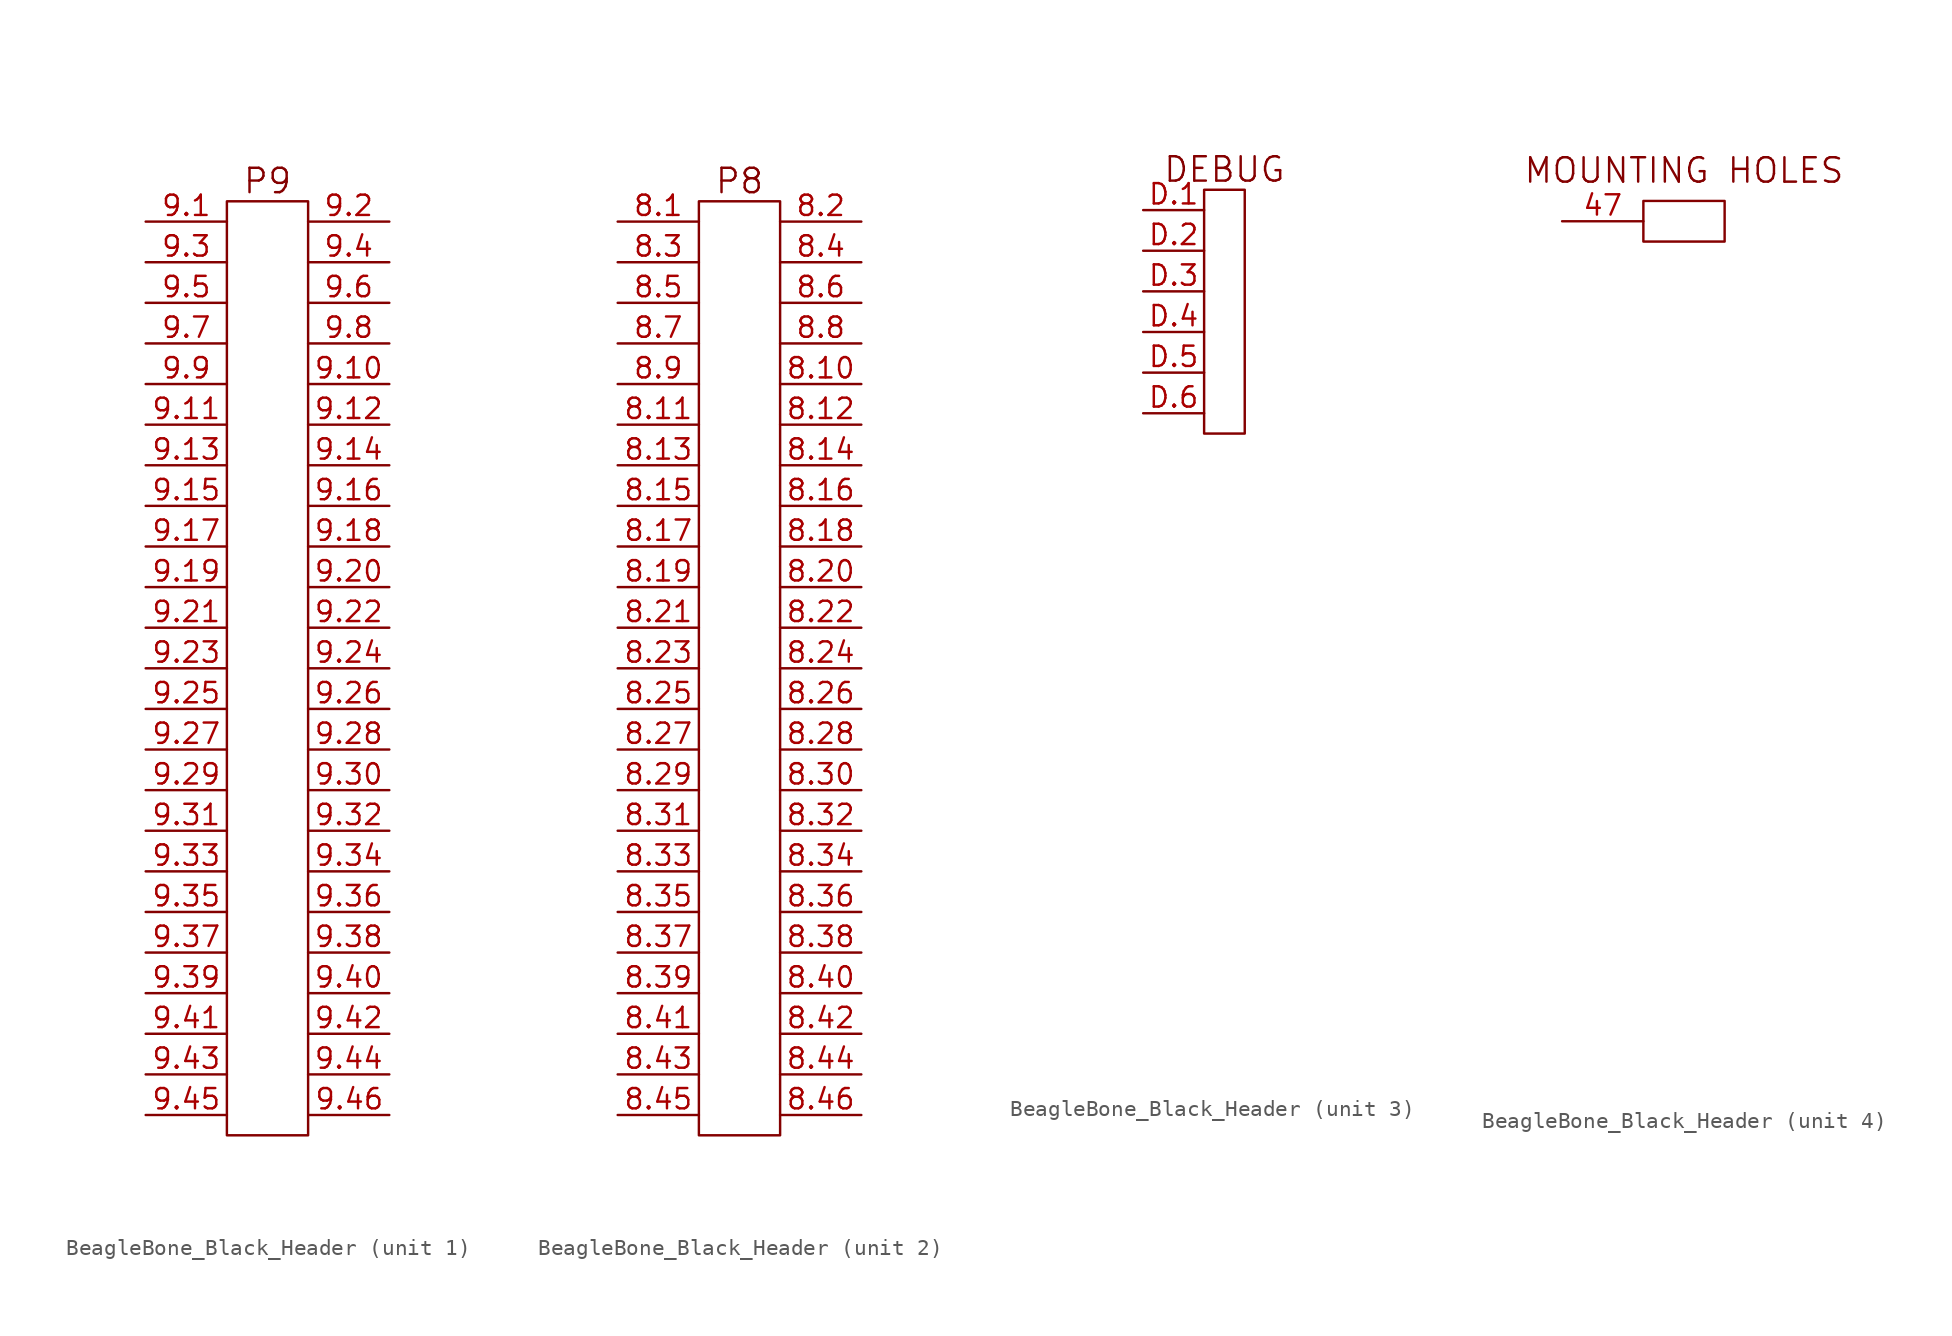
<source format=kicad_sym>
(kicad_symbol_lib
  (version 20211014)
  (generator kicad_symbol_editor)
  (symbol "BeagleBone_Black_Header"
    (pin_names
      (offset 0.025) hide)
    (property "Reference" "P"
      (at 0 30.48 0)
      (effects (font (size 1.27 1.27)) hide))
    (property "Footprint" ""
      (at 0 -21.59 0)
      (effects (font (size 1.524 1.524))))
    (property "Datasheet" ""
      (at 0 -21.59 0)
      (effects (font (size 1.524 1.524))))
    (property "ki_locked" ""
      (at 0 0 0)
      (effects (font (size 1.27 1.27))))
    (symbol "BeagleBone_Black_Header_1_1"
      (rectangle (start -2.54 29.21) (end 2.54 -29.21) (stroke (width 0) (type default) (color 0 0 0 0)) (fill (type none)))
      (text "P9" (at 0 30.48 0) (effects (font (size 1.524 1.524))))
      (pin passive line (at -7.62 27.94 0) (length 5.08) (name "P1" (effects (font (size 1.27 1.27)))) (number "9.1" (effects (font (size 1.27 1.27)))))
      (pin passive line (at 7.62 17.78 180) (length 5.08) (name "P10" (effects (font (size 1.27 1.27)))) (number "9.10" (effects (font (size 1.27 1.27)))))
      (pin passive line (at -7.62 15.24 0) (length 5.08) (name "P11" (effects (font (size 1.27 1.27)))) (number "9.11" (effects (font (size 1.27 1.27)))))
      (pin passive line (at 7.62 15.24 180) (length 5.08) (name "P12" (effects (font (size 1.27 1.27)))) (number "9.12" (effects (font (size 1.27 1.27)))))
      (pin passive line (at -7.62 12.7 0) (length 5.08) (name "P13" (effects (font (size 1.27 1.27)))) (number "9.13" (effects (font (size 1.27 1.27)))))
      (pin passive line (at 7.62 12.7 180) (length 5.08) (name "P14" (effects (font (size 1.27 1.27)))) (number "9.14" (effects (font (size 1.27 1.27)))))
      (pin passive line (at -7.62 10.16 0) (length 5.08) (name "P15" (effects (font (size 1.27 1.27)))) (number "9.15" (effects (font (size 1.27 1.27)))))
      (pin passive line (at 7.62 10.16 180) (length 5.08) (name "P16" (effects (font (size 1.27 1.27)))) (number "9.16" (effects (font (size 1.27 1.27)))))
      (pin passive line (at -7.62 7.62 0) (length 5.08) (name "P17" (effects (font (size 1.27 1.27)))) (number "9.17" (effects (font (size 1.27 1.27)))))
      (pin passive line (at 7.62 7.62 180) (length 5.08) (name "P18" (effects (font (size 1.27 1.27)))) (number "9.18" (effects (font (size 1.27 1.27)))))
      (pin passive line (at -7.62 5.08 0) (length 5.08) (name "P19" (effects (font (size 1.27 1.27)))) (number "9.19" (effects (font (size 1.27 1.27)))))
      (pin passive line (at 7.62 27.94 180) (length 5.08) (name "P2" (effects (font (size 1.27 1.27)))) (number "9.2" (effects (font (size 1.27 1.27)))))
      (pin passive line (at 7.62 5.08 180) (length 5.08) (name "P20" (effects (font (size 1.27 1.27)))) (number "9.20" (effects (font (size 1.27 1.27)))))
      (pin passive line (at -7.62 2.54 0) (length 5.08) (name "P21" (effects (font (size 1.27 1.27)))) (number "9.21" (effects (font (size 1.27 1.27)))))
      (pin passive line (at 7.62 2.54 180) (length 5.08) (name "P22" (effects (font (size 1.27 1.27)))) (number "9.22" (effects (font (size 1.27 1.27)))))
      (pin passive line (at -7.62 0 0) (length 5.08) (name "P23" (effects (font (size 1.27 1.27)))) (number "9.23" (effects (font (size 1.27 1.27)))))
      (pin passive line (at 7.62 0 180) (length 5.08) (name "P24" (effects (font (size 1.27 1.27)))) (number "9.24" (effects (font (size 1.27 1.27)))))
      (pin passive line (at -7.62 -2.54 0) (length 5.08) (name "P25" (effects (font (size 1.27 1.27)))) (number "9.25" (effects (font (size 1.27 1.27)))))
      (pin passive line (at 7.62 -2.54 180) (length 5.08) (name "P26" (effects (font (size 1.27 1.27)))) (number "9.26" (effects (font (size 1.27 1.27)))))
      (pin passive line (at -7.62 -5.08 0) (length 5.08) (name "P27" (effects (font (size 1.27 1.27)))) (number "9.27" (effects (font (size 1.27 1.27)))))
      (pin passive line (at 7.62 -5.08 180) (length 5.08) (name "P28" (effects (font (size 1.27 1.27)))) (number "9.28" (effects (font (size 1.27 1.27)))))
      (pin passive line (at -7.62 -7.62 0) (length 5.08) (name "P29" (effects (font (size 1.27 1.27)))) (number "9.29" (effects (font (size 1.27 1.27)))))
      (pin passive line (at -7.62 25.4 0) (length 5.08) (name "P3" (effects (font (size 1.27 1.27)))) (number "9.3" (effects (font (size 1.27 1.27)))))
      (pin passive line (at 7.62 -7.62 180) (length 5.08) (name "P30" (effects (font (size 1.27 1.27)))) (number "9.30" (effects (font (size 1.27 1.27)))))
      (pin passive line (at -7.62 -10.16 0) (length 5.08) (name "P31" (effects (font (size 1.27 1.27)))) (number "9.31" (effects (font (size 1.27 1.27)))))
      (pin passive line (at 7.62 -10.16 180) (length 5.08) (name "P32" (effects (font (size 1.27 1.27)))) (number "9.32" (effects (font (size 1.27 1.27)))))
      (pin passive line (at -7.62 -12.7 0) (length 5.08) (name "P33" (effects (font (size 1.27 1.27)))) (number "9.33" (effects (font (size 1.27 1.27)))))
      (pin passive line (at 7.62 -12.7 180) (length 5.08) (name "P34" (effects (font (size 1.27 1.27)))) (number "9.34" (effects (font (size 1.27 1.27)))))
      (pin passive line (at -7.62 -15.24 0) (length 5.08) (name "P35" (effects (font (size 1.27 1.27)))) (number "9.35" (effects (font (size 1.27 1.27)))))
      (pin passive line (at 7.62 -15.24 180) (length 5.08) (name "P36" (effects (font (size 1.27 1.27)))) (number "9.36" (effects (font (size 1.27 1.27)))))
      (pin passive line (at -7.62 -17.78 0) (length 5.08) (name "P37" (effects (font (size 1.27 1.27)))) (number "9.37" (effects (font (size 1.27 1.27)))))
      (pin passive line (at 7.62 -17.78 180) (length 5.08) (name "P38" (effects (font (size 1.27 1.27)))) (number "9.38" (effects (font (size 1.27 1.27)))))
      (pin passive line (at -7.62 -20.32 0) (length 5.08) (name "P39" (effects (font (size 1.27 1.27)))) (number "9.39" (effects (font (size 1.27 1.27)))))
      (pin passive line (at 7.62 25.4 180) (length 5.08) (name "P4" (effects (font (size 1.27 1.27)))) (number "9.4" (effects (font (size 1.27 1.27)))))
      (pin passive line (at 7.62 -20.32 180) (length 5.08) (name "P40" (effects (font (size 1.27 1.27)))) (number "9.40" (effects (font (size 1.27 1.27)))))
      (pin passive line (at -7.62 -22.86 0) (length 5.08) (name "P41" (effects (font (size 1.27 1.27)))) (number "9.41" (effects (font (size 1.27 1.27)))))
      (pin passive line (at 7.62 -22.86 180) (length 5.08) (name "P42" (effects (font (size 1.27 1.27)))) (number "9.42" (effects (font (size 1.27 1.27)))))
      (pin passive line (at -7.62 -25.4 0) (length 5.08) (name "P43" (effects (font (size 1.27 1.27)))) (number "9.43" (effects (font (size 1.27 1.27)))))
      (pin passive line (at 7.62 -25.4 180) (length 5.08) (name "P44" (effects (font (size 1.27 1.27)))) (number "9.44" (effects (font (size 1.27 1.27)))))
      (pin passive line (at -7.62 -27.94 0) (length 5.08) (name "P45" (effects (font (size 1.27 1.27)))) (number "9.45" (effects (font (size 1.27 1.27)))))
      (pin passive line (at 7.62 -27.94 180) (length 5.004) (name "P46" (effects (font (size 1.27 1.27)))) (number "9.46" (effects (font (size 1.27 1.27)))))
      (pin passive line (at -7.62 22.86 0) (length 5.08) (name "P5" (effects (font (size 1.27 1.27)))) (number "9.5" (effects (font (size 1.27 1.27)))))
      (pin passive line (at 7.62 22.86 180) (length 5.08) (name "P6" (effects (font (size 1.27 1.27)))) (number "9.6" (effects (font (size 1.27 1.27)))))
      (pin passive line (at -7.62 20.32 0) (length 5.08) (name "P7" (effects (font (size 1.27 1.27)))) (number "9.7" (effects (font (size 1.27 1.27)))))
      (pin passive line (at 7.62 20.32 180) (length 5.08) (name "P8" (effects (font (size 1.27 1.27)))) (number "9.8" (effects (font (size 1.27 1.27)))))
      (pin passive line (at -7.62 17.78 0) (length 5.08) (name "P9" (effects (font (size 1.27 1.27)))) (number "9.9" (effects (font (size 1.27 1.27))))))
    (symbol "BeagleBone_Black_Header_2_1"
      (rectangle (start -2.54 29.21) (end 2.54 -29.21) (stroke (width 0) (type default) (color 0 0 0 0)) (fill (type none)))
      (text "P8" (at 0 30.48 0) (effects (font (size 1.524 1.524))))
      (pin passive line (at -7.62 27.94 0) (length 5.08) (name "P1" (effects (font (size 1.27 1.27)))) (number "8.1" (effects (font (size 1.27 1.27)))))
      (pin passive line (at 7.62 17.78 180) (length 5.08) (name "P10" (effects (font (size 1.27 1.27)))) (number "8.10" (effects (font (size 1.27 1.27)))))
      (pin passive line (at -7.62 15.24 0) (length 5.08) (name "P11" (effects (font (size 1.27 1.27)))) (number "8.11" (effects (font (size 1.27 1.27)))))
      (pin passive line (at 7.62 15.24 180) (length 5.08) (name "P12" (effects (font (size 1.27 1.27)))) (number "8.12" (effects (font (size 1.27 1.27)))))
      (pin passive line (at -7.62 12.7 0) (length 5.08) (name "P13" (effects (font (size 1.27 1.27)))) (number "8.13" (effects (font (size 1.27 1.27)))))
      (pin passive line (at 7.62 12.7 180) (length 5.08) (name "P14" (effects (font (size 1.27 1.27)))) (number "8.14" (effects (font (size 1.27 1.27)))))
      (pin passive line (at -7.62 10.16 0) (length 5.08) (name "P15" (effects (font (size 1.27 1.27)))) (number "8.15" (effects (font (size 1.27 1.27)))))
      (pin passive line (at 7.62 10.16 180) (length 5.08) (name "P16" (effects (font (size 1.27 1.27)))) (number "8.16" (effects (font (size 1.27 1.27)))))
      (pin passive line (at -7.62 7.62 0) (length 5.08) (name "P17" (effects (font (size 1.27 1.27)))) (number "8.17" (effects (font (size 1.27 1.27)))))
      (pin passive line (at 7.62 7.62 180) (length 5.08) (name "P18" (effects (font (size 1.27 1.27)))) (number "8.18" (effects (font (size 1.27 1.27)))))
      (pin passive line (at -7.62 5.08 0) (length 5.08) (name "P19" (effects (font (size 1.27 1.27)))) (number "8.19" (effects (font (size 1.27 1.27)))))
      (pin passive line (at 7.62 27.94 180) (length 5.08) (name "P2" (effects (font (size 1.27 1.27)))) (number "8.2" (effects (font (size 1.27 1.27)))))
      (pin passive line (at 7.62 5.08 180) (length 5.08) (name "P20" (effects (font (size 1.27 1.27)))) (number "8.20" (effects (font (size 1.27 1.27)))))
      (pin passive line (at -7.62 2.54 0) (length 5.08) (name "P21" (effects (font (size 1.27 1.27)))) (number "8.21" (effects (font (size 1.27 1.27)))))
      (pin passive line (at 7.62 2.54 180) (length 5.08) (name "P22" (effects (font (size 1.27 1.27)))) (number "8.22" (effects (font (size 1.27 1.27)))))
      (pin passive line (at -7.62 0 0) (length 5.08) (name "P23" (effects (font (size 1.27 1.27)))) (number "8.23" (effects (font (size 1.27 1.27)))))
      (pin passive line (at 7.62 0 180) (length 5.08) (name "P24" (effects (font (size 1.27 1.27)))) (number "8.24" (effects (font (size 1.27 1.27)))))
      (pin passive line (at -7.62 -2.54 0) (length 5.08) (name "P25" (effects (font (size 1.27 1.27)))) (number "8.25" (effects (font (size 1.27 1.27)))))
      (pin passive line (at 7.62 -2.54 180) (length 5.08) (name "P26" (effects (font (size 1.27 1.27)))) (number "8.26" (effects (font (size 1.27 1.27)))))
      (pin passive line (at -7.62 -5.08 0) (length 5.08) (name "P27" (effects (font (size 1.27 1.27)))) (number "8.27" (effects (font (size 1.27 1.27)))))
      (pin passive line (at 7.62 -5.08 180) (length 5.08) (name "P28" (effects (font (size 1.27 1.27)))) (number "8.28" (effects (font (size 1.27 1.27)))))
      (pin passive line (at -7.62 -7.62 0) (length 5.08) (name "P29" (effects (font (size 1.27 1.27)))) (number "8.29" (effects (font (size 1.27 1.27)))))
      (pin passive line (at -7.62 25.4 0) (length 5.08) (name "P3" (effects (font (size 1.27 1.27)))) (number "8.3" (effects (font (size 1.27 1.27)))))
      (pin passive line (at 7.62 -7.62 180) (length 5.08) (name "P30" (effects (font (size 1.27 1.27)))) (number "8.30" (effects (font (size 1.27 1.27)))))
      (pin passive line (at -7.62 -10.16 0) (length 5.08) (name "P31" (effects (font (size 1.27 1.27)))) (number "8.31" (effects (font (size 1.27 1.27)))))
      (pin passive line (at 7.62 -10.16 180) (length 5.08) (name "P32" (effects (font (size 1.27 1.27)))) (number "8.32" (effects (font (size 1.27 1.27)))))
      (pin passive line (at -7.62 -12.7 0) (length 5.08) (name "P33" (effects (font (size 1.27 1.27)))) (number "8.33" (effects (font (size 1.27 1.27)))))
      (pin passive line (at 7.62 -12.7 180) (length 5.08) (name "P34" (effects (font (size 1.27 1.27)))) (number "8.34" (effects (font (size 1.27 1.27)))))
      (pin passive line (at -7.62 -15.24 0) (length 5.08) (name "P35" (effects (font (size 1.27 1.27)))) (number "8.35" (effects (font (size 1.27 1.27)))))
      (pin passive line (at 7.62 -15.24 180) (length 5.08) (name "P36" (effects (font (size 1.27 1.27)))) (number "8.36" (effects (font (size 1.27 1.27)))))
      (pin passive line (at -7.62 -17.78 0) (length 5.08) (name "P37" (effects (font (size 1.27 1.27)))) (number "8.37" (effects (font (size 1.27 1.27)))))
      (pin passive line (at 7.62 -17.78 180) (length 5.08) (name "P38" (effects (font (size 1.27 1.27)))) (number "8.38" (effects (font (size 1.27 1.27)))))
      (pin passive line (at -7.62 -20.32 0) (length 5.08) (name "P39" (effects (font (size 1.27 1.27)))) (number "8.39" (effects (font (size 1.27 1.27)))))
      (pin passive line (at 7.62 25.4 180) (length 5.08) (name "P4" (effects (font (size 1.27 1.27)))) (number "8.4" (effects (font (size 1.27 1.27)))))
      (pin passive line (at 7.62 -20.32 180) (length 5.08) (name "P40" (effects (font (size 1.27 1.27)))) (number "8.40" (effects (font (size 1.27 1.27)))))
      (pin passive line (at -7.62 -22.86 0) (length 5.08) (name "P41" (effects (font (size 1.27 1.27)))) (number "8.41" (effects (font (size 1.27 1.27)))))
      (pin passive line (at 7.62 -22.86 180) (length 5.08) (name "P42" (effects (font (size 1.27 1.27)))) (number "8.42" (effects (font (size 1.27 1.27)))))
      (pin passive line (at -7.62 -25.4 0) (length 5.08) (name "P43" (effects (font (size 1.27 1.27)))) (number "8.43" (effects (font (size 1.27 1.27)))))
      (pin passive line (at 7.62 -25.4 180) (length 5.08) (name "P44" (effects (font (size 1.27 1.27)))) (number "8.44" (effects (font (size 1.27 1.27)))))
      (pin passive line (at -7.62 -27.94 0) (length 5.08) (name "P45" (effects (font (size 1.27 1.27)))) (number "8.45" (effects (font (size 1.27 1.27)))))
      (pin passive line (at 7.62 -27.94 180) (length 5.08) (name "P46" (effects (font (size 1.27 1.27)))) (number "8.46" (effects (font (size 1.27 1.27)))))
      (pin passive line (at -7.62 22.86 0) (length 5.08) (name "P5" (effects (font (size 1.27 1.27)))) (number "8.5" (effects (font (size 1.27 1.27)))))
      (pin passive line (at 7.62 22.86 180) (length 5.08) (name "P6" (effects (font (size 1.27 1.27)))) (number "8.6" (effects (font (size 1.27 1.27)))))
      (pin passive line (at -7.62 20.32 0) (length 5.08) (name "P7" (effects (font (size 1.27 1.27)))) (number "8.7" (effects (font (size 1.27 1.27)))))
      (pin passive line (at 7.62 20.32 180) (length 5.08) (name "P8" (effects (font (size 1.27 1.27)))) (number "8.8" (effects (font (size 1.27 1.27)))))
      (pin passive line (at -7.62 17.78 0) (length 5.08) (name "P9" (effects (font (size 1.27 1.27)))) (number "8.9" (effects (font (size 1.27 1.27))))))
    (symbol "BeagleBone_Black_Header_3_1"
      (rectangle (start -2.54 29.21) (end 0 13.97) (stroke (width 0) (type default) (color 0 0 0 0)) (fill (type none)))
      (text "DEBUG" (at -1.27 30.48 0) (effects (font (size 1.524 1.524))))
      (pin passive line (at -6.35 27.94 0) (length 3.81) (name "~" (effects (font (size 1.27 1.27)))) (number "D.1" (effects (font (size 1.27 1.27)))))
      (pin passive line (at -6.35 25.4 0) (length 3.81) (name "~" (effects (font (size 1.27 1.27)))) (number "D.2" (effects (font (size 1.27 1.27)))))
      (pin passive line (at -6.35 22.86 0) (length 3.81) (name "~" (effects (font (size 1.27 1.27)))) (number "D.3" (effects (font (size 1.27 1.27)))))
      (pin passive line (at -6.35 20.32 0) (length 3.81) (name "~" (effects (font (size 1.27 1.27)))) (number "D.4" (effects (font (size 1.27 1.27)))))
      (pin passive line (at -6.35 17.78 0) (length 3.81) (name "P9" (effects (font (size 1.27 1.27)))) (number "D.5" (effects (font (size 1.27 1.27)))))
      (pin passive line (at -6.35 15.24 0) (length 3.81) (name "P11" (effects (font (size 1.27 1.27)))) (number "D.6" (effects (font (size 1.27 1.27))))))
    (symbol "BeagleBone_Black_Header_4_1"
      (rectangle (start -2.54 29.21) (end 2.54 26.67) (stroke (width 0) (type default) (color 0 0 0 0)) (fill (type none)))
      (text "MOUNTING HOLES" (at 0 31.115 0) (effects (font (size 1.524 1.524))))
      (pin passive line (at -7.62 27.94 0) (length 5.08) (name "GND" (effects (font (size 1.27 1.27)))) (number "47" (effects (font (size 1.27 1.27))))))))
</source>
